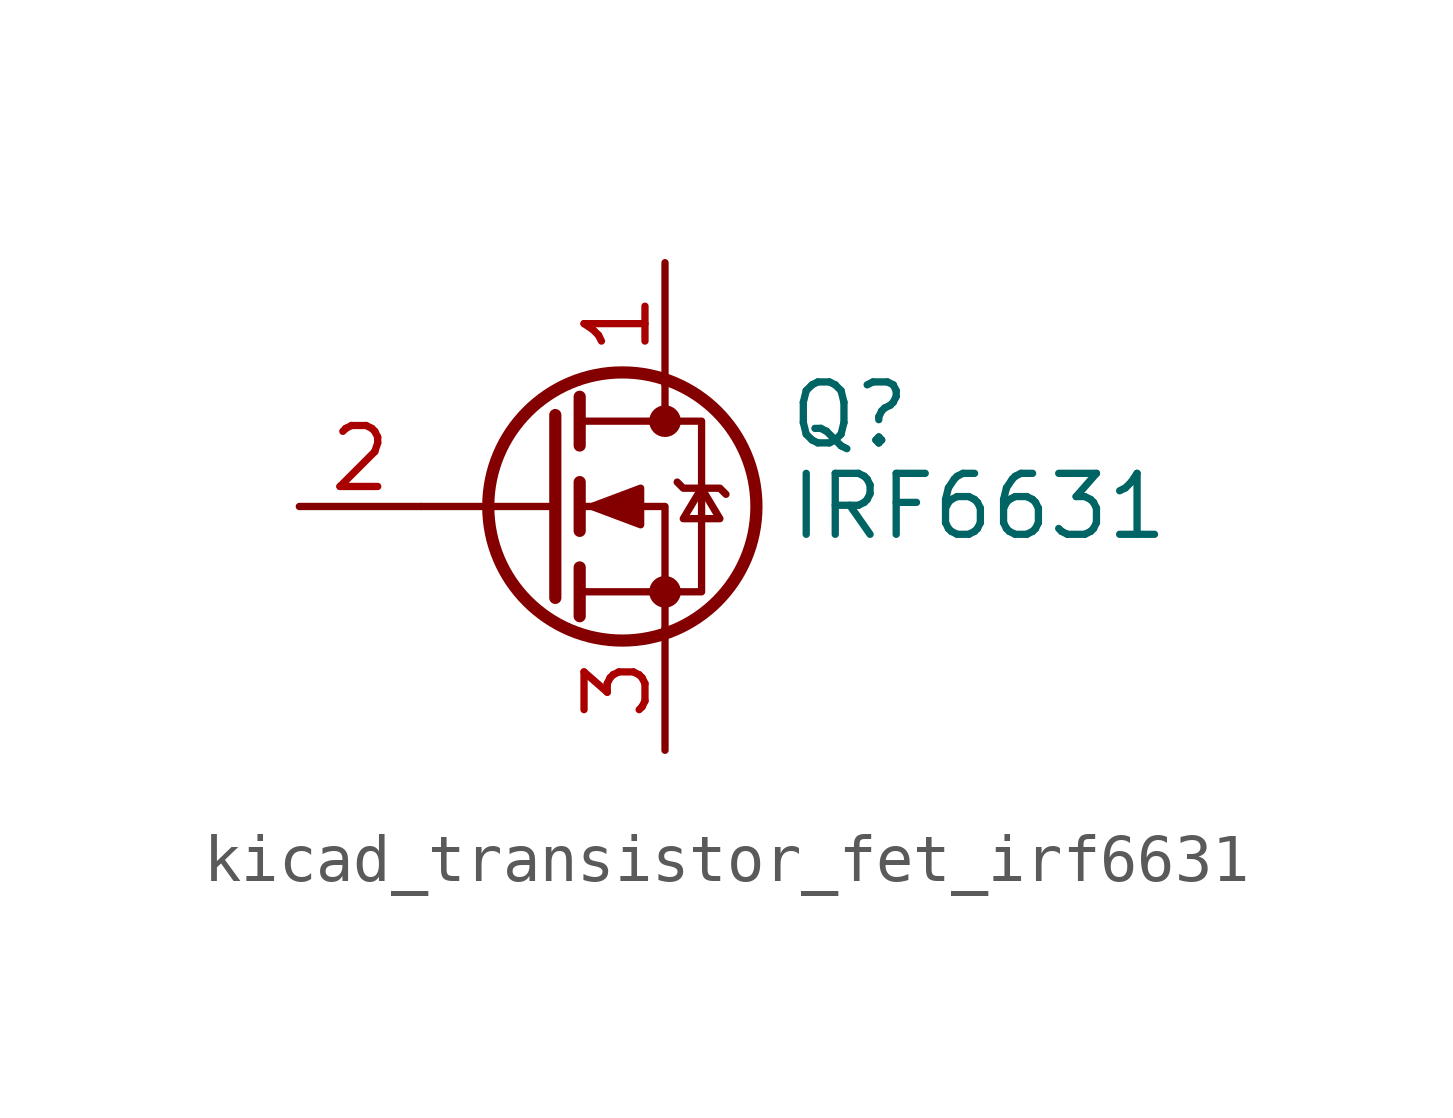
<source format=kicad_sym>
(kicad_symbol_lib
  (version 20220914)
  (generator kicad_symbol_editor)
  (symbol "kicad_transistor_fet_irf6631"
    (pin_names hide)
    (property "Reference" "Q"
      (at 5.08 1.905 0)
      (effects (font (size 1.27 1.27)) (justify left)))
    (property "Value" "IRF6631"
      (at 5.08 0 0)
      (effects (font (size 1.27 1.27)) (justify left)))
    (symbol "kicad_transistor_fet_irf6631_0_1"
      (polyline (pts (xy 0.254 0) (xy -2.54 0)) (stroke (width 0) (type default)) (fill (type none)))
      (polyline (pts (xy 0.254 1.905) (xy 0.254 -1.905)) (stroke (width 0.254) (type default)) (fill (type none)))
      (polyline (pts (xy 0.762 -1.27) (xy 0.762 -2.286)) (stroke (width 0.254) (type default)) (fill (type none)))
      (polyline (pts (xy 0.762 0.508) (xy 0.762 -0.508)) (stroke (width 0.254) (type default)) (fill (type none)))
      (polyline (pts (xy 0.762 2.286) (xy 0.762 1.27)) (stroke (width 0.254) (type default)) (fill (type none)))
      (polyline (pts (xy 2.54 2.54) (xy 2.54 1.778)) (stroke (width 0) (type default)) (fill (type none)))
      (polyline (pts (xy 2.54 -2.54) (xy 2.54 0) (xy 0.762 0)) (stroke (width 0) (type default)) (fill (type none)))
      (polyline (pts (xy 0.762 -1.778) (xy 3.302 -1.778) (xy 3.302 1.778) (xy 0.762 1.778)) (stroke (width 0) (type default)) (fill (type none)))
      (polyline (pts (xy 1.016 0) (xy 2.032 0.381) (xy 2.032 -0.381) (xy 1.016 0)) (stroke (width 0) (type default)) (fill (type outline)))
      (polyline (pts (xy 2.794 0.508) (xy 2.921 0.381) (xy 3.683 0.381) (xy 3.81 0.254)) (stroke (width 0) (type default)) (fill (type none)))
      (polyline (pts (xy 3.302 0.381) (xy 2.921 -0.254) (xy 3.683 -0.254) (xy 3.302 0.381)) (stroke (width 0) (type default)) (fill (type none)))
      (circle (center 1.651 0) (radius 2.794) (stroke (width 0.254) (type default)) (fill (type none)))
      (circle (center 2.54 -1.778) (radius 0.254) (stroke (width 0) (type default)) (fill (type outline)))
      (circle (center 2.54 1.778) (radius 0.254) (stroke (width 0) (type default)) (fill (type outline))))
    (symbol "kicad_transistor_fet_irf6631_1_1"
      (pin passive line (at 2.54 5.08 270) (length 2.54) (name "D" (effects (font (size 1.27 1.27)))) (number "1" (effects (font (size 1.27 1.27)))))
      (pin input line (at -5.08 0 0) (length 2.54) (name "G" (effects (font (size 1.27 1.27)))) (number "2" (effects (font (size 1.27 1.27)))))
      (pin passive line (at 2.54 -5.08 90) (length 2.54) (name "S" (effects (font (size 1.27 1.27)))) (number "3" (effects (font (size 1.27 1.27))))))))
</source>
